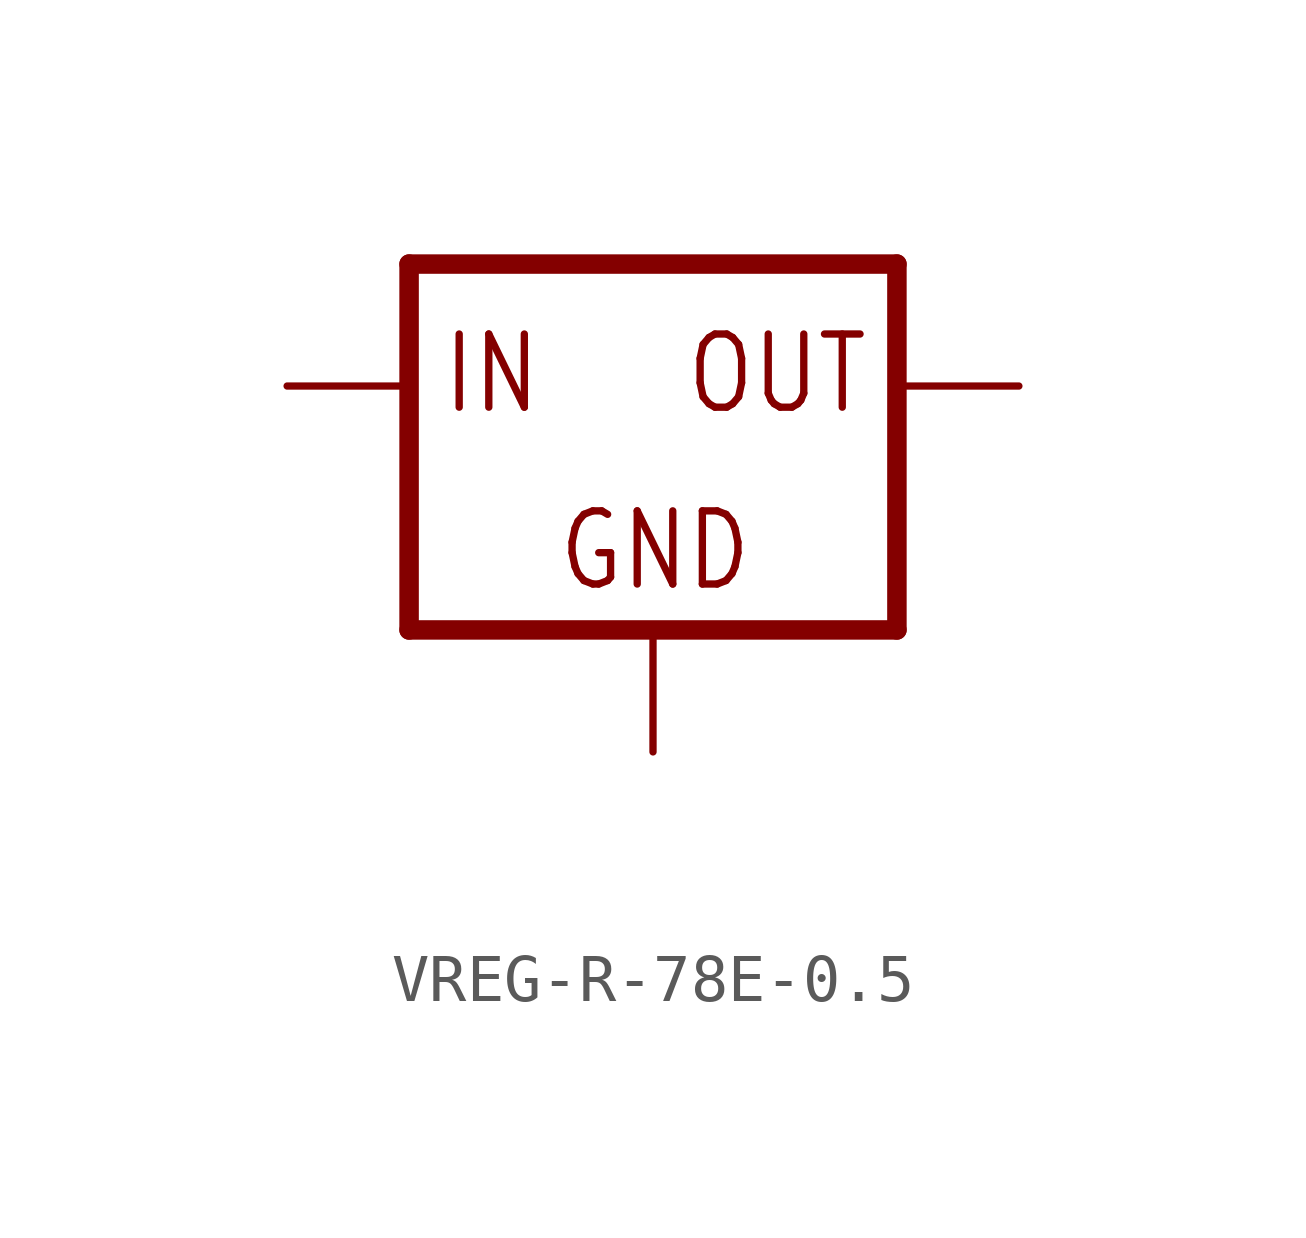
<source format=kicad_sym>
(kicad_symbol_lib
  (version 20231120)
  (generator "kicad_symbol_editor")
  (generator_version "8.0")
  (symbol "VREG-R-78E-0.5"
    (property "Reference" ""
      (at 2.54 -7.62 0)
      (effects (font (size 1.778 1.511)) (justify left bottom) (hide yes)))
    (property "Value" ""
      (at 2.54 -10.16 0)
      (effects (font (size 1.778 1.511)) (justify left bottom)))
    (property "ki_locked" ""
      (at 0 0 0)
      (effects (font (size 1.27 1.27))))
    (symbol "VREG-R-78E-0.5_1_0"
      (polyline (pts (xy -5.08 -5.08) (xy 5.08 -5.08)) (stroke (width 0.406) (type solid)) (fill (type none)))
      (polyline (pts (xy -5.08 2.54) (xy -5.08 -5.08)) (stroke (width 0.406) (type solid)) (fill (type none)))
      (polyline (pts (xy 5.08 -5.08) (xy 5.08 2.54)) (stroke (width 0.406) (type solid)) (fill (type none)))
      (polyline (pts (xy 5.08 2.54) (xy -5.08 2.54)) (stroke (width 0.406) (type solid)) (fill (type none)))
      (text "GND" (at -2.032 -4.318 0) (effects (font (size 1.524 1.295)) (justify left bottom)))
      (text "IN" (at -4.445 -0.635 0) (effects (font (size 1.524 1.295)) (justify left bottom)))
      (text "OUT" (at 0.635 -0.635 0) (effects (font (size 1.524 1.295)) (justify left bottom)))
      (pin input line (at 0 -7.62 90) (length 2.54) (name "GND" (effects (font (size 0 0)))) (number "GND" (effects (font (size 0 0)))))
      (pin input line (at -7.62 0 0) (length 2.54) (name "IN" (effects (font (size 0 0)))) (number "VIN" (effects (font (size 0 0)))))
      (pin output line (at 7.62 0 180) (length 2.54) (name "OUT" (effects (font (size 0 0)))) (number "VOUT" (effects (font (size 0 0))))))))
</source>
